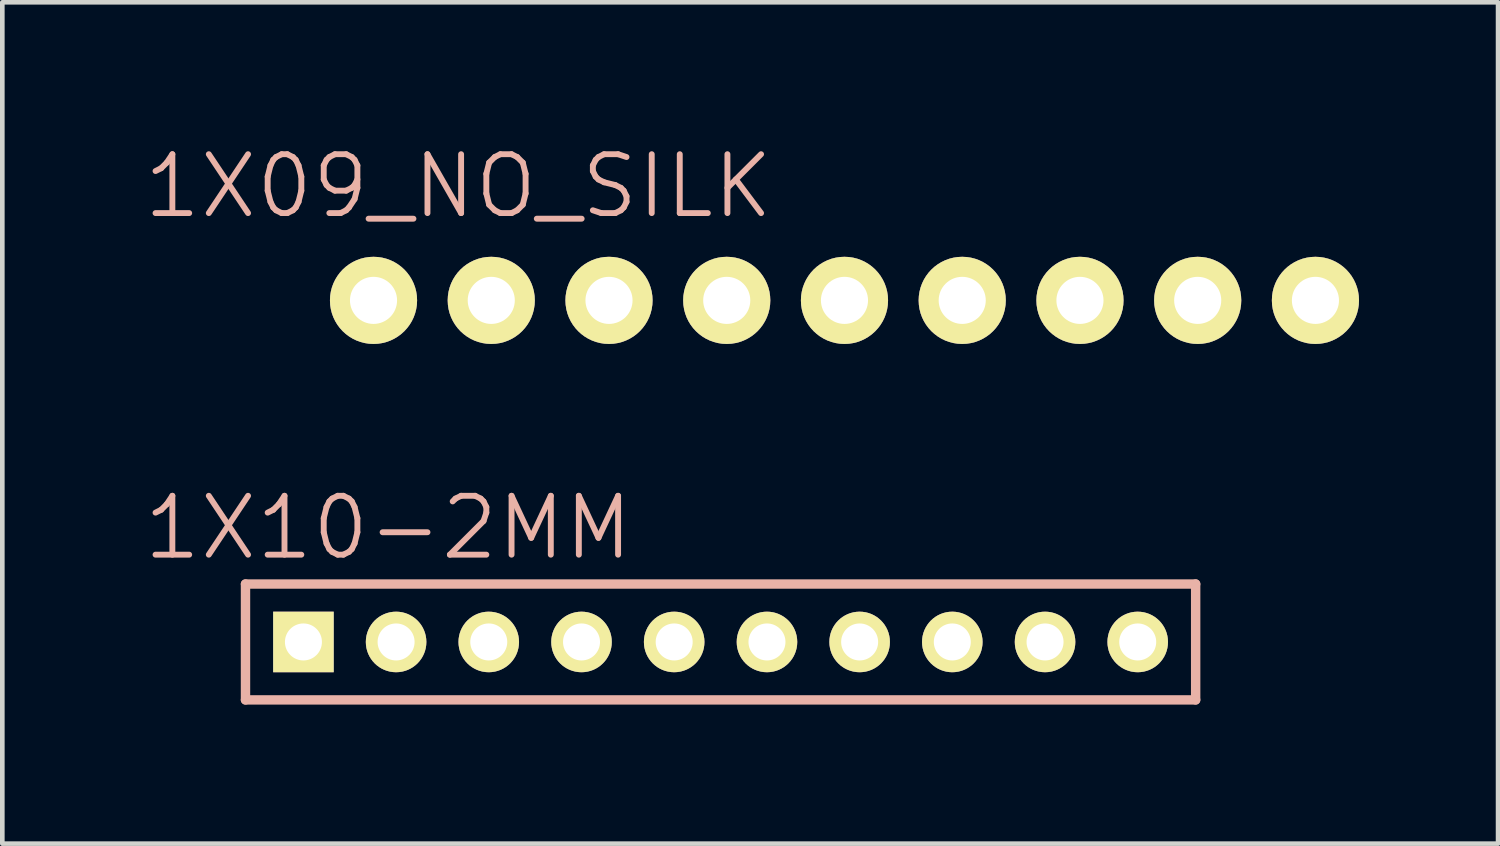
<source format=kicad_pcb>
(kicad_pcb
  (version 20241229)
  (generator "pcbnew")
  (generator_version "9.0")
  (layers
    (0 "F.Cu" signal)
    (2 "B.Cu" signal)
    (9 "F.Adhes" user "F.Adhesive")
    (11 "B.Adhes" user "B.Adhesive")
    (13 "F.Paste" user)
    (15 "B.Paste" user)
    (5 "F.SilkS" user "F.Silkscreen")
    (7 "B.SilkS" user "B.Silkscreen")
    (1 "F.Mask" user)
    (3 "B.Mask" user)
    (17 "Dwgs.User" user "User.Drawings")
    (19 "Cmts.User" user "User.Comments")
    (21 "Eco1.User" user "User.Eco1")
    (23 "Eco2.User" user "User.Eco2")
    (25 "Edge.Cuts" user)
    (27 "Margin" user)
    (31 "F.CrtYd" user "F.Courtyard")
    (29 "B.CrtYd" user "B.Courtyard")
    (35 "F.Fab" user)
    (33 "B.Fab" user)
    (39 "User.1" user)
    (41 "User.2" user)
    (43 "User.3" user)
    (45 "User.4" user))
  (footprint "1X09_NO_SILK"
    (layer "F.Cu")
    (at 5.008 3.43)
    (property "Reference" "1X09_NO_SILK" (at 1.829 -2.464 0) (layer "B.SilkS") (effects (font (size 1.27 1.27) (thickness 0.127))))
    (attr exclude_from_pos_files exclude_from_bom)
    (fp_line (start -0.254 -0.254) (end 0.254 -0.254) (stroke (width 0.066) (type solid)) (layer "F.SilkS"))
    (fp_line (start -0.254 0.254) (end -0.254 -0.254) (stroke (width 0.066) (type solid)) (layer "F.SilkS"))
    (fp_line (start -0.254 0.254) (end 0.254 0.254) (stroke (width 0.066) (type solid)) (layer "F.SilkS"))
    (fp_line (start 0.254 0.254) (end 0.254 -0.254) (stroke (width 0.066) (type solid)) (layer "F.SilkS"))
    (fp_line (start 2.286 -0.254) (end 2.794 -0.254) (stroke (width 0.066) (type solid)) (layer "F.SilkS"))
    (fp_line (start 2.286 0.254) (end 2.286 -0.254) (stroke (width 0.066) (type solid)) (layer "F.SilkS"))
    (fp_line (start 2.286 0.254) (end 2.794 0.254) (stroke (width 0.066) (type solid)) (layer "F.SilkS"))
    (fp_line (start 2.794 0.254) (end 2.794 -0.254) (stroke (width 0.066) (type solid)) (layer "F.SilkS"))
    (fp_line (start 4.826 -0.254) (end 5.334 -0.254) (stroke (width 0.066) (type solid)) (layer "F.SilkS"))
    (fp_line (start 4.826 0.254) (end 4.826 -0.254) (stroke (width 0.066) (type solid)) (layer "F.SilkS"))
    (fp_line (start 4.826 0.254) (end 5.334 0.254) (stroke (width 0.066) (type solid)) (layer "F.SilkS"))
    (fp_line (start 5.334 0.254) (end 5.334 -0.254) (stroke (width 0.066) (type solid)) (layer "F.SilkS"))
    (fp_line (start 7.366 -0.254) (end 7.874 -0.254) (stroke (width 0.066) (type solid)) (layer "F.SilkS"))
    (fp_line (start 7.366 0.254) (end 7.366 -0.254) (stroke (width 0.066) (type solid)) (layer "F.SilkS"))
    (fp_line (start 7.366 0.254) (end 7.874 0.254) (stroke (width 0.066) (type solid)) (layer "F.SilkS"))
    (fp_line (start 7.874 0.254) (end 7.874 -0.254) (stroke (width 0.066) (type solid)) (layer "F.SilkS"))
    (fp_line (start 9.906 -0.254) (end 10.414 -0.254) (stroke (width 0.066) (type solid)) (layer "F.SilkS"))
    (fp_line (start 9.906 0.254) (end 9.906 -0.254) (stroke (width 0.066) (type solid)) (layer "F.SilkS"))
    (fp_line (start 9.906 0.254) (end 10.414 0.254) (stroke (width 0.066) (type solid)) (layer "F.SilkS"))
    (fp_line (start 10.414 0.254) (end 10.414 -0.254) (stroke (width 0.066) (type solid)) (layer "F.SilkS"))
    (fp_line (start 12.446 -0.254) (end 12.954 -0.254) (stroke (width 0.066) (type solid)) (layer "F.SilkS"))
    (fp_line (start 12.446 0.254) (end 12.446 -0.254) (stroke (width 0.066) (type solid)) (layer "F.SilkS"))
    (fp_line (start 12.446 0.254) (end 12.954 0.254) (stroke (width 0.066) (type solid)) (layer "F.SilkS"))
    (fp_line (start 12.954 0.254) (end 12.954 -0.254) (stroke (width 0.066) (type solid)) (layer "F.SilkS"))
    (fp_line (start 14.986 -0.254) (end 15.494 -0.254) (stroke (width 0.066) (type solid)) (layer "F.SilkS"))
    (fp_line (start 14.986 0.254) (end 14.986 -0.254) (stroke (width 0.066) (type solid)) (layer "F.SilkS"))
    (fp_line (start 14.986 0.254) (end 15.494 0.254) (stroke (width 0.066) (type solid)) (layer "F.SilkS"))
    (fp_line (start 15.494 0.254) (end 15.494 -0.254) (stroke (width 0.066) (type solid)) (layer "F.SilkS"))
    (fp_line (start 17.523 -0.254) (end 18.034 -0.254) (stroke (width 0.066) (type solid)) (layer "F.SilkS"))
    (fp_line (start 17.523 0.254) (end 17.523 -0.254) (stroke (width 0.066) (type solid)) (layer "F.SilkS"))
    (fp_line (start 17.523 0.254) (end 18.034 0.254) (stroke (width 0.066) (type solid)) (layer "F.SilkS"))
    (fp_line (start 18.034 0.254) (end 18.034 -0.254) (stroke (width 0.066) (type solid)) (layer "F.SilkS"))
    (fp_line (start 20.066 -0.254) (end 20.574 -0.254) (stroke (width 0.066) (type solid)) (layer "F.SilkS"))
    (fp_line (start 20.066 0.254) (end 20.066 -0.254) (stroke (width 0.066) (type solid)) (layer "F.SilkS"))
    (fp_line (start 20.066 0.254) (end 20.574 0.254) (stroke (width 0.066) (type solid)) (layer "F.SilkS"))
    (fp_line (start 20.574 0.254) (end 20.574 -0.254) (stroke (width 0.066) (type solid)) (layer "F.SilkS"))
    (pad "1" thru_hole circle (at 0 0) (size 1.88 1.88) (drill 1.016) (layers "*.Cu" "F.Mask" "F.SilkS" "F.Paste"))
    (pad "2" thru_hole circle (at 2.54 0) (size 1.88 1.88) (drill 1.016) (layers "*.Cu" "F.Mask" "F.SilkS" "F.Paste"))
    (pad "3" thru_hole circle (at 5.08 0) (size 1.88 1.88) (drill 1.016) (layers "*.Cu" "F.Mask" "F.SilkS" "F.Paste"))
    (pad "4" thru_hole circle (at 7.62 0) (size 1.88 1.88) (drill 1.016) (layers "*.Cu" "F.Mask" "F.SilkS" "F.Paste"))
    (pad "5" thru_hole circle (at 10.16 0) (size 1.88 1.88) (drill 1.016) (layers "*.Cu" "F.Mask" "F.SilkS" "F.Paste"))
    (pad "6" thru_hole circle (at 12.7 0) (size 1.88 1.88) (drill 1.016) (layers "*.Cu" "F.Mask" "F.SilkS" "F.Paste"))
    (pad "7" thru_hole circle (at 15.24 0) (size 1.88 1.88) (drill 1.016) (layers "*.Cu" "F.Mask" "F.SilkS" "F.Paste"))
    (pad "8" thru_hole circle (at 17.78 0) (size 1.88 1.88) (drill 1.016) (layers "*.Cu" "F.Mask" "F.SilkS" "F.Paste"))
    (pad "9" thru_hole circle (at 20.32 0) (size 1.88 1.88) (drill 1.016) (layers "*.Cu" "F.Mask" "F.SilkS" "F.Paste")))
  (footprint "1X10-2MM"
    (layer "F.Cu")
    (at 3.496 10.799)
    (property "Reference" "1X10-2MM" (at 1.829 -2.464 0) (layer "B.SilkS") (effects (font (size 1.27 1.27) (thickness 0.127))))
    (attr exclude_from_pos_files exclude_from_bom)
    (fp_line (start -0.254 -0.254) (end 0.254 -0.254) (stroke (width 0.066) (type solid)) (layer "F.SilkS"))
    (fp_line (start -0.254 0.254) (end -0.254 -0.254) (stroke (width 0.066) (type solid)) (layer "F.SilkS"))
    (fp_line (start -0.254 0.254) (end 0.254 0.254) (stroke (width 0.066) (type solid)) (layer "F.SilkS"))
    (fp_line (start 0.254 0.254) (end 0.254 -0.254) (stroke (width 0.066) (type solid)) (layer "F.SilkS"))
    (fp_line (start 1.745 -0.254) (end 2.253 -0.254) (stroke (width 0.066) (type solid)) (layer "F.SilkS"))
    (fp_line (start 1.745 0.254) (end 1.745 -0.254) (stroke (width 0.066) (type solid)) (layer "F.SilkS"))
    (fp_line (start 1.745 0.254) (end 2.253 0.254) (stroke (width 0.066) (type solid)) (layer "F.SilkS"))
    (fp_line (start 2.253 0.254) (end 2.253 -0.254) (stroke (width 0.066) (type solid)) (layer "F.SilkS"))
    (fp_line (start 3.744 -0.254) (end 4.252 -0.254) (stroke (width 0.066) (type solid)) (layer "F.SilkS"))
    (fp_line (start 3.744 0.254) (end 3.744 -0.254) (stroke (width 0.066) (type solid)) (layer "F.SilkS"))
    (fp_line (start 3.744 0.254) (end 4.252 0.254) (stroke (width 0.066) (type solid)) (layer "F.SilkS"))
    (fp_line (start 4.252 0.254) (end 4.252 -0.254) (stroke (width 0.066) (type solid)) (layer "F.SilkS"))
    (fp_line (start 5.745 -0.254) (end 6.253 -0.254) (stroke (width 0.066) (type solid)) (layer "F.SilkS"))
    (fp_line (start 5.745 0.254) (end 5.745 -0.254) (stroke (width 0.066) (type solid)) (layer "F.SilkS"))
    (fp_line (start 5.745 0.254) (end 6.253 0.254) (stroke (width 0.066) (type solid)) (layer "F.SilkS"))
    (fp_line (start 6.253 0.254) (end 6.253 -0.254) (stroke (width 0.066) (type solid)) (layer "F.SilkS"))
    (fp_line (start 7.744 -0.254) (end 8.252 -0.254) (stroke (width 0.066) (type solid)) (layer "F.SilkS"))
    (fp_line (start 7.744 0.254) (end 7.744 -0.254) (stroke (width 0.066) (type solid)) (layer "F.SilkS"))
    (fp_line (start 7.744 0.254) (end 8.252 0.254) (stroke (width 0.066) (type solid)) (layer "F.SilkS"))
    (fp_line (start 8.252 0.254) (end 8.252 -0.254) (stroke (width 0.066) (type solid)) (layer "F.SilkS"))
    (fp_line (start 9.746 -0.254) (end 10.254 -0.254) (stroke (width 0.066) (type solid)) (layer "F.SilkS"))
    (fp_line (start 9.746 0.254) (end 9.746 -0.254) (stroke (width 0.066) (type solid)) (layer "F.SilkS"))
    (fp_line (start 9.746 0.254) (end 10.254 0.254) (stroke (width 0.066) (type solid)) (layer "F.SilkS"))
    (fp_line (start 10.254 0.254) (end 10.254 -0.254) (stroke (width 0.066) (type solid)) (layer "F.SilkS"))
    (fp_line (start 11.745 -0.254) (end 12.253 -0.254) (stroke (width 0.066) (type solid)) (layer "F.SilkS"))
    (fp_line (start 11.745 0.254) (end 11.745 -0.254) (stroke (width 0.066) (type solid)) (layer "F.SilkS"))
    (fp_line (start 11.745 0.254) (end 12.253 0.254) (stroke (width 0.066) (type solid)) (layer "F.SilkS"))
    (fp_line (start 12.253 0.254) (end 12.253 -0.254) (stroke (width 0.066) (type solid)) (layer "F.SilkS"))
    (fp_line (start 13.744 -0.254) (end 14.252 -0.254) (stroke (width 0.066) (type solid)) (layer "F.SilkS"))
    (fp_line (start 13.744 0.254) (end 13.744 -0.254) (stroke (width 0.066) (type solid)) (layer "F.SilkS"))
    (fp_line (start 13.744 0.254) (end 14.252 0.254) (stroke (width 0.066) (type solid)) (layer "F.SilkS"))
    (fp_line (start 14.252 0.254) (end 14.252 -0.254) (stroke (width 0.066) (type solid)) (layer "F.SilkS"))
    (fp_line (start 15.745 -0.254) (end 16.253 -0.254) (stroke (width 0.066) (type solid)) (layer "F.SilkS"))
    (fp_line (start 15.745 0.254) (end 15.745 -0.254) (stroke (width 0.066) (type solid)) (layer "F.SilkS"))
    (fp_line (start 15.745 0.254) (end 16.253 0.254) (stroke (width 0.066) (type solid)) (layer "F.SilkS"))
    (fp_line (start 16.253 0.254) (end 16.253 -0.254) (stroke (width 0.066) (type solid)) (layer "F.SilkS"))
    (fp_line (start 17.744 -0.254) (end 18.252 -0.254) (stroke (width 0.066) (type solid)) (layer "F.SilkS"))
    (fp_line (start 17.744 0.254) (end 17.744 -0.254) (stroke (width 0.066) (type solid)) (layer "F.SilkS"))
    (fp_line (start 17.744 0.254) (end 18.252 0.254) (stroke (width 0.066) (type solid)) (layer "F.SilkS"))
    (fp_line (start 18.252 0.254) (end 18.252 -0.254) (stroke (width 0.066) (type solid)) (layer "F.SilkS"))
    (fp_line (start -1.25 -1.25) (end -1.25 1.25) (stroke (width 0.203) (type solid)) (layer "B.SilkS"))
    (fp_line (start -1.25 -1.25) (end 19.248 -1.25) (stroke (width 0.203) (type solid)) (layer "B.SilkS"))
    (fp_line (start 19.248 -1.25) (end 19.248 1.25) (stroke (width 0.203) (type solid)) (layer "B.SilkS"))
    (fp_line (start 19.248 1.25) (end -1.25 1.25) (stroke (width 0.203) (type solid)) (layer "B.SilkS"))
    (pad "1" thru_hole rect (at 0 0) (size 1.306 1.306) (drill 0.798) (layers "*.Cu" "F.Mask" "F.SilkS" "F.Paste"))
    (pad "2" thru_hole circle (at 1.999 0) (size 1.306 1.306) (drill 0.798) (layers "*.Cu" "F.Mask" "F.SilkS" "F.Paste"))
    (pad "3" thru_hole circle (at 3.998 0) (size 1.306 1.306) (drill 0.798) (layers "*.Cu" "F.Mask" "F.SilkS" "F.Paste"))
    (pad "4" thru_hole circle (at 5.999 0) (size 1.306 1.306) (drill 0.798) (layers "*.Cu" "F.Mask" "F.SilkS" "F.Paste"))
    (pad "5" thru_hole circle (at 7.998 0) (size 1.306 1.306) (drill 0.798) (layers "*.Cu" "F.Mask" "F.SilkS" "F.Paste"))
    (pad "6" thru_hole circle (at 10 0) (size 1.306 1.306) (drill 0.798) (layers "*.Cu" "F.Mask" "F.SilkS" "F.Paste"))
    (pad "7" thru_hole circle (at 11.999 0) (size 1.306 1.306) (drill 0.798) (layers "*.Cu" "F.Mask" "F.SilkS" "F.Paste"))
    (pad "8" thru_hole circle (at 13.998 0) (size 1.306 1.306) (drill 0.798) (layers "*.Cu" "F.Mask" "F.SilkS" "F.Paste"))
    (pad "9" thru_hole circle (at 15.999 0) (size 1.306 1.306) (drill 0.798) (layers "*.Cu" "F.Mask" "F.SilkS" "F.Paste"))
    (pad "10" thru_hole circle (at 17.998 0) (size 1.306 1.306) (drill 0.798) (layers "*.Cu" "F.Mask" "F.SilkS" "F.Paste")))
  (gr_rect
    (start -3 -3)
    (end 29.268 15.15)
    (stroke (width 0.1) (type default))
    (fill no)
    (layer "Edge.Cuts")))
</source>
